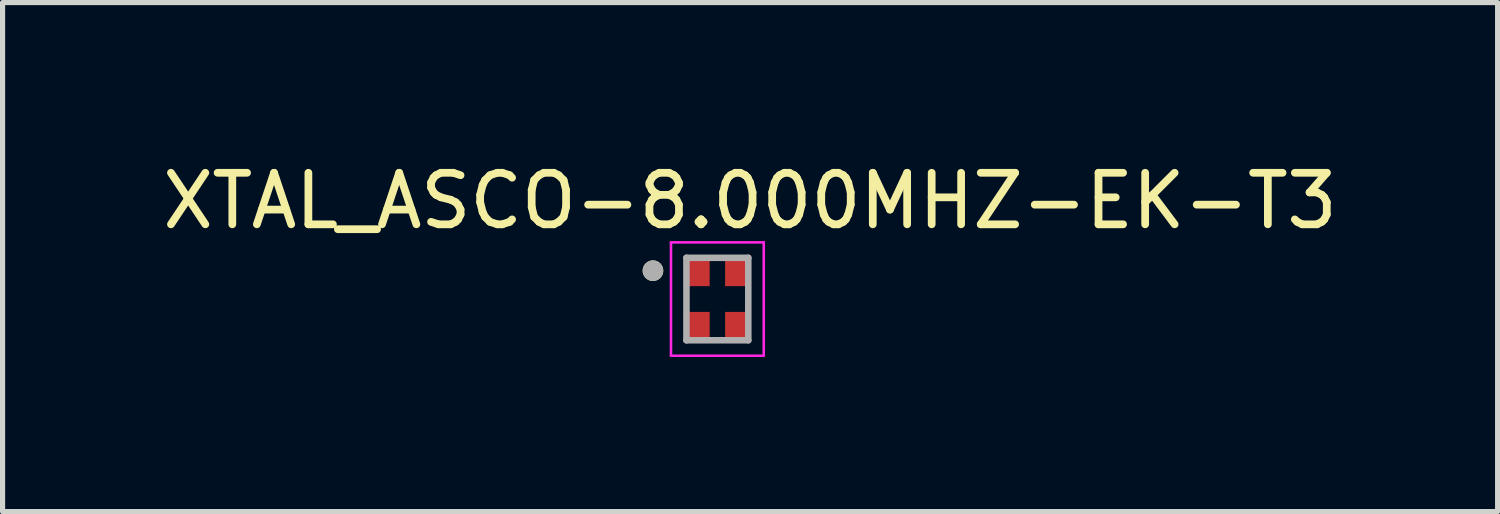
<source format=kicad_pcb>
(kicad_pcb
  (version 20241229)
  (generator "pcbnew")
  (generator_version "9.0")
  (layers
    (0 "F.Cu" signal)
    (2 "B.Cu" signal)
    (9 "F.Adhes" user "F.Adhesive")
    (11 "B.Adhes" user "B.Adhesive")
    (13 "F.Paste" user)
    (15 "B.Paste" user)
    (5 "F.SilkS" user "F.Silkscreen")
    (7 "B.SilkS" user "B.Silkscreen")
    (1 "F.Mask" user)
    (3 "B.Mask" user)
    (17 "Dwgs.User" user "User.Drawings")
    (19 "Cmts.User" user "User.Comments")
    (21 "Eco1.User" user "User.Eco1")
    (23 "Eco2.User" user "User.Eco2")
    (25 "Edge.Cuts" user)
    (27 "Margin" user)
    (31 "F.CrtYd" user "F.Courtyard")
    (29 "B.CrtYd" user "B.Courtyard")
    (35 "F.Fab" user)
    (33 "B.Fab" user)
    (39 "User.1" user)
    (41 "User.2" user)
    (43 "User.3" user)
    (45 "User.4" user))
  (footprint "XTAL_ASCO-8.000MHZ-EK-T3"
    (layer "F.Cu")
    (at 10.871 2.753)
    (property "Reference" "XTAL_ASCO-8.000MHZ-EK-T3" (at 0.635 -1.905 0) (layer "F.SilkS") (effects (font (size 1 1) (thickness 0.15))))
    (attr through_hole)
    (fp_circle (center -1.25 -0.55) (end -1.15 -0.55) (stroke (width 0.2) (type solid)) (fill no) (layer "F.SilkS"))
    (fp_line (start -0.9 -1.1) (end 0.9 -1.1) (stroke (width 0.05) (type solid)) (layer "F.CrtYd"))
    (fp_line (start -0.9 1.1) (end -0.9 -1.1) (stroke (width 0.05) (type solid)) (layer "F.CrtYd"))
    (fp_line (start 0.9 -1.1) (end 0.9 1.1) (stroke (width 0.05) (type solid)) (layer "F.CrtYd"))
    (fp_line (start 0.9 1.1) (end -0.9 1.1) (stroke (width 0.05) (type solid)) (layer "F.CrtYd"))
    (fp_line (start -0.6 -0.8) (end 0.6 -0.8) (stroke (width 0.127) (type solid)) (layer "F.Fab"))
    (fp_line (start -0.6 0.8) (end -0.6 -0.8) (stroke (width 0.127) (type solid)) (layer "F.Fab"))
    (fp_line (start 0.6 -0.8) (end 0.6 0.8) (stroke (width 0.127) (type solid)) (layer "F.Fab"))
    (fp_line (start 0.6 0.8) (end -0.6 0.8) (stroke (width 0.127) (type solid)) (layer "F.Fab"))
    (fp_circle (center -1.25 -0.55) (end -1.15 -0.55) (stroke (width 0.2) (type solid)) (fill no) (layer "F.Fab"))
    (pad "1" smd rect (at -0.4 -0.55) (size 0.5 0.6) (layers "F.Cu" "F.Mask" "F.Paste"))
    (pad "2" smd rect (at -0.4 0.55) (size 0.5 0.6) (layers "F.Cu" "F.Mask" "F.Paste"))
    (pad "3" smd rect (at 0.4 0.55) (size 0.5 0.6) (layers "F.Cu" "F.Mask" "F.Paste"))
    (pad "4" smd rect (at 0.4 -0.55) (size 0.5 0.6) (layers "F.Cu" "F.Mask" "F.Paste")))
  (gr_rect
    (start -3 -3)
    (end 26.012 6.878)
    (stroke (width 0.1) (type default))
    (fill no)
    (layer "Edge.Cuts")))
</source>
